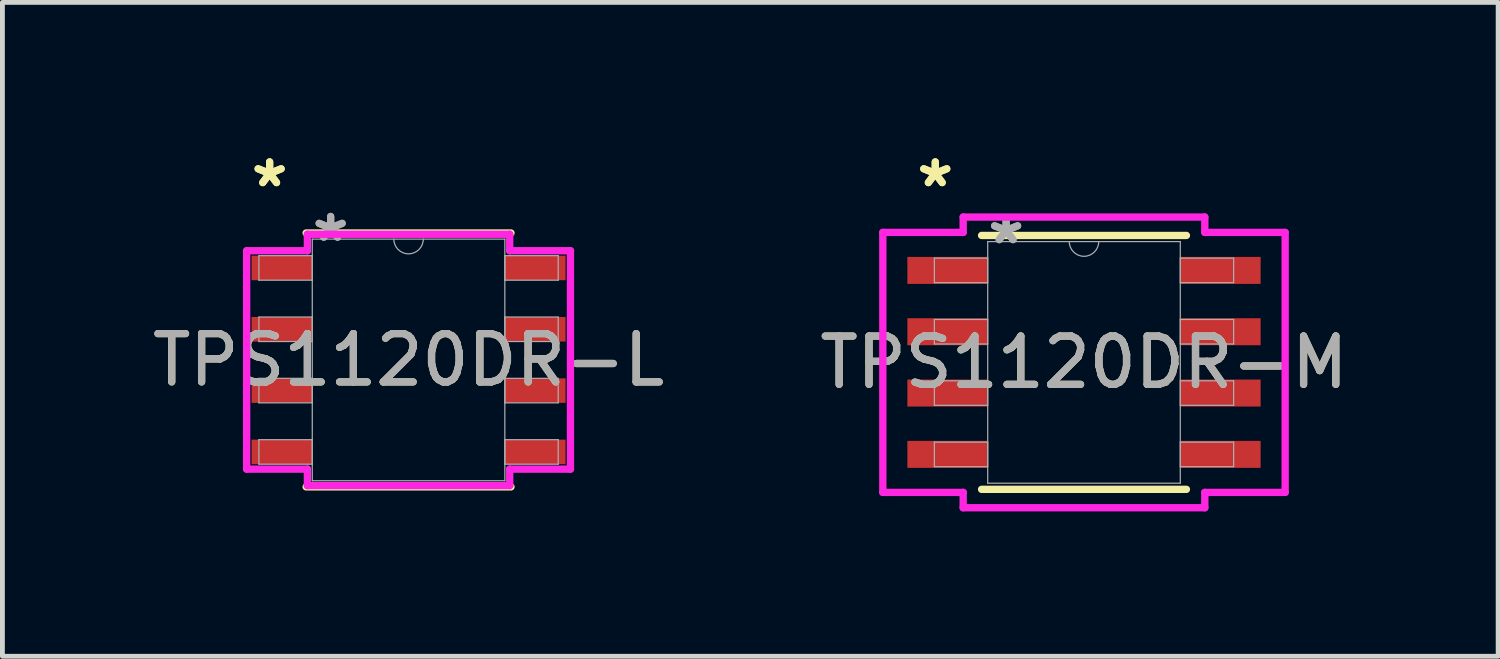
<source format=kicad_pcb>
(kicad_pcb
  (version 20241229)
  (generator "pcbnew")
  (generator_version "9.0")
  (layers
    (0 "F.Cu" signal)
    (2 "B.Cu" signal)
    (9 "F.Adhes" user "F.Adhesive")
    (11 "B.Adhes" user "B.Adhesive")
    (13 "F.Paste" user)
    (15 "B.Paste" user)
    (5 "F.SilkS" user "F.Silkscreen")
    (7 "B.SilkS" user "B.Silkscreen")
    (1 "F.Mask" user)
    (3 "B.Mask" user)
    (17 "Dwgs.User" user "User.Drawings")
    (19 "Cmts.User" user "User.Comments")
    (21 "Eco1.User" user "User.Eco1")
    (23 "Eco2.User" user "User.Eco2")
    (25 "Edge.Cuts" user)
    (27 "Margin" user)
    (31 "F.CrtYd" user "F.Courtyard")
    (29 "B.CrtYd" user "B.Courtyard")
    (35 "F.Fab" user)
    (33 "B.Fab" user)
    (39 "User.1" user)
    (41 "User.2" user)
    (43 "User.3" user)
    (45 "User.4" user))
  (footprint "TPS1120DR-L"
    (layer "F.Cu")
    (at 5.411 4.404)
    (property "Reference" "TPS1120DR-L" (at 0 0 0) (unlocked yes) (layer "F.SilkS") (effects (font (size 1 1) (thickness 0.15))))
    (attr smd)
    (fp_line (start -2.121 2.629) (end 2.121 2.629) (stroke (width 0.152) (type solid)) (layer "F.SilkS"))
    (fp_line (start 2.121 -2.629) (end -2.121 -2.629) (stroke (width 0.152) (type solid)) (layer "F.SilkS"))
    (fp_line (start -3.353 -2.261) (end -2.095 -2.261) (stroke (width 0.152) (type solid)) (layer "F.CrtYd"))
    (fp_line (start -3.353 2.261) (end -3.353 -2.261) (stroke (width 0.152) (type solid)) (layer "F.CrtYd"))
    (fp_line (start -3.353 2.261) (end -2.095 2.261) (stroke (width 0.152) (type solid)) (layer "F.CrtYd"))
    (fp_line (start -2.095 -2.603) (end 2.095 -2.603) (stroke (width 0.152) (type solid)) (layer "F.CrtYd"))
    (fp_line (start -2.095 -2.261) (end -2.095 -2.603) (stroke (width 0.152) (type solid)) (layer "F.CrtYd"))
    (fp_line (start -2.095 2.603) (end -2.095 2.261) (stroke (width 0.152) (type solid)) (layer "F.CrtYd"))
    (fp_line (start 2.095 -2.603) (end 2.095 -2.261) (stroke (width 0.152) (type solid)) (layer "F.CrtYd"))
    (fp_line (start 2.095 2.261) (end 2.095 2.603) (stroke (width 0.152) (type solid)) (layer "F.CrtYd"))
    (fp_line (start 2.095 2.603) (end -2.095 2.603) (stroke (width 0.152) (type solid)) (layer "F.CrtYd"))
    (fp_line (start 3.353 -2.261) (end 2.095 -2.261) (stroke (width 0.152) (type solid)) (layer "F.CrtYd"))
    (fp_line (start 3.353 -2.261) (end 3.353 2.261) (stroke (width 0.152) (type solid)) (layer "F.CrtYd"))
    (fp_line (start 3.353 2.261) (end 2.095 2.261) (stroke (width 0.152) (type solid)) (layer "F.CrtYd"))
    (fp_line (start -3.099 -2.159) (end -3.099 -1.651) (stroke (width 0.025) (type solid)) (layer "F.Fab"))
    (fp_line (start -3.099 -1.651) (end -1.994 -1.651) (stroke (width 0.025) (type solid)) (layer "F.Fab"))
    (fp_line (start -3.099 -0.889) (end -3.099 -0.381) (stroke (width 0.025) (type solid)) (layer "F.Fab"))
    (fp_line (start -3.099 -0.381) (end -1.994 -0.381) (stroke (width 0.025) (type solid)) (layer "F.Fab"))
    (fp_line (start -3.099 0.381) (end -3.099 0.889) (stroke (width 0.025) (type solid)) (layer "F.Fab"))
    (fp_line (start -3.099 0.889) (end -1.994 0.889) (stroke (width 0.025) (type solid)) (layer "F.Fab"))
    (fp_line (start -3.099 1.651) (end -3.099 2.159) (stroke (width 0.025) (type solid)) (layer "F.Fab"))
    (fp_line (start -3.099 2.159) (end -1.994 2.159) (stroke (width 0.025) (type solid)) (layer "F.Fab"))
    (fp_line (start -1.994 -2.502) (end -1.994 2.502) (stroke (width 0.025) (type solid)) (layer "F.Fab"))
    (fp_line (start -1.994 -2.159) (end -3.099 -2.159) (stroke (width 0.025) (type solid)) (layer "F.Fab"))
    (fp_line (start -1.994 -1.651) (end -1.994 -2.159) (stroke (width 0.025) (type solid)) (layer "F.Fab"))
    (fp_line (start -1.994 -0.889) (end -3.099 -0.889) (stroke (width 0.025) (type solid)) (layer "F.Fab"))
    (fp_line (start -1.994 -0.381) (end -1.994 -0.889) (stroke (width 0.025) (type solid)) (layer "F.Fab"))
    (fp_line (start -1.994 0.381) (end -3.099 0.381) (stroke (width 0.025) (type solid)) (layer "F.Fab"))
    (fp_line (start -1.994 0.889) (end -1.994 0.381) (stroke (width 0.025) (type solid)) (layer "F.Fab"))
    (fp_line (start -1.994 1.651) (end -3.099 1.651) (stroke (width 0.025) (type solid)) (layer "F.Fab"))
    (fp_line (start -1.994 2.159) (end -1.994 1.651) (stroke (width 0.025) (type solid)) (layer "F.Fab"))
    (fp_line (start -1.994 2.502) (end 1.994 2.502) (stroke (width 0.025) (type solid)) (layer "F.Fab"))
    (fp_line (start 1.994 -2.502) (end -1.994 -2.502) (stroke (width 0.025) (type solid)) (layer "F.Fab"))
    (fp_line (start 1.994 -2.159) (end 1.994 -1.651) (stroke (width 0.025) (type solid)) (layer "F.Fab"))
    (fp_line (start 1.994 -1.651) (end 3.099 -1.651) (stroke (width 0.025) (type solid)) (layer "F.Fab"))
    (fp_line (start 1.994 -0.889) (end 1.994 -0.381) (stroke (width 0.025) (type solid)) (layer "F.Fab"))
    (fp_line (start 1.994 -0.381) (end 3.099 -0.381) (stroke (width 0.025) (type solid)) (layer "F.Fab"))
    (fp_line (start 1.994 0.381) (end 1.994 0.889) (stroke (width 0.025) (type solid)) (layer "F.Fab"))
    (fp_line (start 1.994 0.889) (end 3.099 0.889) (stroke (width 0.025) (type solid)) (layer "F.Fab"))
    (fp_line (start 1.994 1.651) (end 1.994 2.159) (stroke (width 0.025) (type solid)) (layer "F.Fab"))
    (fp_line (start 1.994 2.159) (end 3.099 2.159) (stroke (width 0.025) (type solid)) (layer "F.Fab"))
    (fp_line (start 1.994 2.502) (end 1.994 -2.502) (stroke (width 0.025) (type solid)) (layer "F.Fab"))
    (fp_line (start 3.099 -2.159) (end 1.994 -2.159) (stroke (width 0.025) (type solid)) (layer "F.Fab"))
    (fp_line (start 3.099 -1.651) (end 3.099 -2.159) (stroke (width 0.025) (type solid)) (layer "F.Fab"))
    (fp_line (start 3.099 -0.889) (end 1.994 -0.889) (stroke (width 0.025) (type solid)) (layer "F.Fab"))
    (fp_line (start 3.099 -0.381) (end 3.099 -0.889) (stroke (width 0.025) (type solid)) (layer "F.Fab"))
    (fp_line (start 3.099 0.381) (end 1.994 0.381) (stroke (width 0.025) (type solid)) (layer "F.Fab"))
    (fp_line (start 3.099 0.889) (end 3.099 0.381) (stroke (width 0.025) (type solid)) (layer "F.Fab"))
    (fp_line (start 3.099 1.651) (end 1.994 1.651) (stroke (width 0.025) (type solid)) (layer "F.Fab"))
    (fp_line (start 3.099 2.159) (end 3.099 1.651) (stroke (width 0.025) (type solid)) (layer "F.Fab"))
    (fp_arc (start 0.3048 -2.5019) (mid 0 -2.1971) (end -0.3048 -2.5019) (stroke (width 0.0254) (type solid)) (layer "F.Fab"))
    (fp_text user "*" (at -2.877 -3.556 0) (layer "F.SilkS") (effects (font (size 1 1) (thickness 0.15))))
    (fp_text user "*" (at -2.877 -3.556 0) (unlocked yes) (layer "F.SilkS") (effects (font (size 1 1) (thickness 0.15))))
    (fp_text user "*" (at -1.613 -2.426 0) (unlocked yes) (layer "F.Fab") (effects (font (size 1 1) (thickness 0.15))))
    (fp_text user "*" (at -1.613 -2.426 0) (layer "F.Fab") (effects (font (size 1 1) (thickness 0.15))))
    (fp_text user "${REFERENCE}" (at 0 0 0) (unlocked yes) (layer "F.Fab") (effects (font (size 1 1) (thickness 0.15))))
    (pad "1" smd rect (at -2.623 -1.905) (size 1.257 0.508) (layers "F.Cu" "F.Mask" "F.Paste"))
    (pad "2" smd rect (at -2.623 -0.635) (size 1.257 0.508) (layers "F.Cu" "F.Mask" "F.Paste"))
    (pad "3" smd rect (at -2.623 0.635) (size 1.257 0.508) (layers "F.Cu" "F.Mask" "F.Paste"))
    (pad "4" smd rect (at -2.623 1.905) (size 1.257 0.508) (layers "F.Cu" "F.Mask" "F.Paste"))
    (pad "5" smd rect (at 2.623 1.905) (size 1.257 0.508) (layers "F.Cu" "F.Mask" "F.Paste"))
    (pad "6" smd rect (at 2.623 0.635) (size 1.257 0.508) (layers "F.Cu" "F.Mask" "F.Paste"))
    (pad "7" smd rect (at 2.623 -0.635) (size 1.257 0.508) (layers "F.Cu" "F.Mask" "F.Paste"))
    (pad "8" smd rect (at 2.623 -1.905) (size 1.257 0.508) (layers "F.Cu" "F.Mask" "F.Paste")))
  (footprint "TPS1120DR-M"
    (layer "F.Cu")
    (at 19.399 4.455)
    (property "Reference" "TPS1120DR-M" (at 0 0 0) (unlocked yes) (layer "F.SilkS") (effects (font (size 1 1) (thickness 0.15))))
    (attr smd)
    (fp_line (start -2.121 2.629) (end 2.121 2.629) (stroke (width 0.152) (type solid)) (layer "F.SilkS"))
    (fp_line (start 2.121 -2.629) (end -2.121 -2.629) (stroke (width 0.152) (type solid)) (layer "F.SilkS"))
    (fp_line (start -4.166 -2.692) (end -2.502 -2.692) (stroke (width 0.152) (type solid)) (layer "F.CrtYd"))
    (fp_line (start -4.166 2.692) (end -4.166 -2.692) (stroke (width 0.152) (type solid)) (layer "F.CrtYd"))
    (fp_line (start -4.166 2.692) (end -2.502 2.692) (stroke (width 0.152) (type solid)) (layer "F.CrtYd"))
    (fp_line (start -2.502 -3.01) (end 2.502 -3.01) (stroke (width 0.152) (type solid)) (layer "F.CrtYd"))
    (fp_line (start -2.502 -2.692) (end -2.502 -3.01) (stroke (width 0.152) (type solid)) (layer "F.CrtYd"))
    (fp_line (start -2.502 3.01) (end -2.502 2.692) (stroke (width 0.152) (type solid)) (layer "F.CrtYd"))
    (fp_line (start 2.502 -3.01) (end 2.502 -2.692) (stroke (width 0.152) (type solid)) (layer "F.CrtYd"))
    (fp_line (start 2.502 2.692) (end 2.502 3.01) (stroke (width 0.152) (type solid)) (layer "F.CrtYd"))
    (fp_line (start 2.502 3.01) (end -2.502 3.01) (stroke (width 0.152) (type solid)) (layer "F.CrtYd"))
    (fp_line (start 4.166 -2.692) (end 2.502 -2.692) (stroke (width 0.152) (type solid)) (layer "F.CrtYd"))
    (fp_line (start 4.166 -2.692) (end 4.166 2.692) (stroke (width 0.152) (type solid)) (layer "F.CrtYd"))
    (fp_line (start 4.166 2.692) (end 2.502 2.692) (stroke (width 0.152) (type solid)) (layer "F.CrtYd"))
    (fp_line (start -3.099 -2.159) (end -3.099 -1.651) (stroke (width 0.025) (type solid)) (layer "F.Fab"))
    (fp_line (start -3.099 -1.651) (end -1.994 -1.651) (stroke (width 0.025) (type solid)) (layer "F.Fab"))
    (fp_line (start -3.099 -0.889) (end -3.099 -0.381) (stroke (width 0.025) (type solid)) (layer "F.Fab"))
    (fp_line (start -3.099 -0.381) (end -1.994 -0.381) (stroke (width 0.025) (type solid)) (layer "F.Fab"))
    (fp_line (start -3.099 0.381) (end -3.099 0.889) (stroke (width 0.025) (type solid)) (layer "F.Fab"))
    (fp_line (start -3.099 0.889) (end -1.994 0.889) (stroke (width 0.025) (type solid)) (layer "F.Fab"))
    (fp_line (start -3.099 1.651) (end -3.099 2.159) (stroke (width 0.025) (type solid)) (layer "F.Fab"))
    (fp_line (start -3.099 2.159) (end -1.994 2.159) (stroke (width 0.025) (type solid)) (layer "F.Fab"))
    (fp_line (start -1.994 -2.502) (end -1.994 2.502) (stroke (width 0.025) (type solid)) (layer "F.Fab"))
    (fp_line (start -1.994 -2.159) (end -3.099 -2.159) (stroke (width 0.025) (type solid)) (layer "F.Fab"))
    (fp_line (start -1.994 -1.651) (end -1.994 -2.159) (stroke (width 0.025) (type solid)) (layer "F.Fab"))
    (fp_line (start -1.994 -0.889) (end -3.099 -0.889) (stroke (width 0.025) (type solid)) (layer "F.Fab"))
    (fp_line (start -1.994 -0.381) (end -1.994 -0.889) (stroke (width 0.025) (type solid)) (layer "F.Fab"))
    (fp_line (start -1.994 0.381) (end -3.099 0.381) (stroke (width 0.025) (type solid)) (layer "F.Fab"))
    (fp_line (start -1.994 0.889) (end -1.994 0.381) (stroke (width 0.025) (type solid)) (layer "F.Fab"))
    (fp_line (start -1.994 1.651) (end -3.099 1.651) (stroke (width 0.025) (type solid)) (layer "F.Fab"))
    (fp_line (start -1.994 2.159) (end -1.994 1.651) (stroke (width 0.025) (type solid)) (layer "F.Fab"))
    (fp_line (start -1.994 2.502) (end 1.994 2.502) (stroke (width 0.025) (type solid)) (layer "F.Fab"))
    (fp_line (start 1.994 -2.502) (end -1.994 -2.502) (stroke (width 0.025) (type solid)) (layer "F.Fab"))
    (fp_line (start 1.994 -2.159) (end 1.994 -1.651) (stroke (width 0.025) (type solid)) (layer "F.Fab"))
    (fp_line (start 1.994 -1.651) (end 3.099 -1.651) (stroke (width 0.025) (type solid)) (layer "F.Fab"))
    (fp_line (start 1.994 -0.889) (end 1.994 -0.381) (stroke (width 0.025) (type solid)) (layer "F.Fab"))
    (fp_line (start 1.994 -0.381) (end 3.099 -0.381) (stroke (width 0.025) (type solid)) (layer "F.Fab"))
    (fp_line (start 1.994 0.381) (end 1.994 0.889) (stroke (width 0.025) (type solid)) (layer "F.Fab"))
    (fp_line (start 1.994 0.889) (end 3.099 0.889) (stroke (width 0.025) (type solid)) (layer "F.Fab"))
    (fp_line (start 1.994 1.651) (end 1.994 2.159) (stroke (width 0.025) (type solid)) (layer "F.Fab"))
    (fp_line (start 1.994 2.159) (end 3.099 2.159) (stroke (width 0.025) (type solid)) (layer "F.Fab"))
    (fp_line (start 1.994 2.502) (end 1.994 -2.502) (stroke (width 0.025) (type solid)) (layer "F.Fab"))
    (fp_line (start 3.099 -2.159) (end 1.994 -2.159) (stroke (width 0.025) (type solid)) (layer "F.Fab"))
    (fp_line (start 3.099 -1.651) (end 3.099 -2.159) (stroke (width 0.025) (type solid)) (layer "F.Fab"))
    (fp_line (start 3.099 -0.889) (end 1.994 -0.889) (stroke (width 0.025) (type solid)) (layer "F.Fab"))
    (fp_line (start 3.099 -0.381) (end 3.099 -0.889) (stroke (width 0.025) (type solid)) (layer "F.Fab"))
    (fp_line (start 3.099 0.381) (end 1.994 0.381) (stroke (width 0.025) (type solid)) (layer "F.Fab"))
    (fp_line (start 3.099 0.889) (end 3.099 0.381) (stroke (width 0.025) (type solid)) (layer "F.Fab"))
    (fp_line (start 3.099 1.651) (end 1.994 1.651) (stroke (width 0.025) (type solid)) (layer "F.Fab"))
    (fp_line (start 3.099 2.159) (end 3.099 1.651) (stroke (width 0.025) (type solid)) (layer "F.Fab"))
    (fp_arc (start 0.3048 -2.5019) (mid 0 -2.1971) (end -0.3048 -2.5019) (stroke (width 0.0254) (type solid)) (layer "F.Fab"))
    (fp_text user "*" (at -3.08 -3.607 0) (unlocked yes) (layer "F.SilkS") (effects (font (size 1 1) (thickness 0.15))))
    (fp_text user "*" (at -3.08 -3.607 0) (layer "F.SilkS") (effects (font (size 1 1) (thickness 0.15))))
    (fp_text user "*" (at -1.613 -2.426 0) (layer "F.Fab") (effects (font (size 1 1) (thickness 0.15))))
    (fp_text user "*" (at -1.613 -2.426 0) (unlocked yes) (layer "F.Fab") (effects (font (size 1 1) (thickness 0.15))))
    (fp_text user "${REFERENCE}" (at 0 0 0) (unlocked yes) (layer "F.Fab") (effects (font (size 1 1) (thickness 0.15))))
    (pad "1" smd rect (at -2.826 -1.905) (size 1.664 0.559) (layers "F.Cu" "F.Mask" "F.Paste"))
    (pad "2" smd rect (at -2.826 -0.635) (size 1.664 0.559) (layers "F.Cu" "F.Mask" "F.Paste"))
    (pad "3" smd rect (at -2.826 0.635) (size 1.664 0.559) (layers "F.Cu" "F.Mask" "F.Paste"))
    (pad "4" smd rect (at -2.826 1.905) (size 1.664 0.559) (layers "F.Cu" "F.Mask" "F.Paste"))
    (pad "5" smd rect (at 2.826 1.905) (size 1.664 0.559) (layers "F.Cu" "F.Mask" "F.Paste"))
    (pad "6" smd rect (at 2.826 0.635) (size 1.664 0.559) (layers "F.Cu" "F.Mask" "F.Paste"))
    (pad "7" smd rect (at 2.826 -0.635) (size 1.664 0.559) (layers "F.Cu" "F.Mask" "F.Paste"))
    (pad "8" smd rect (at 2.826 -1.905) (size 1.664 0.559) (layers "F.Cu" "F.Mask" "F.Paste")))
  (gr_rect
    (start -3 -3)
    (end 27.976 10.541)
    (stroke (width 0.1) (type default))
    (fill no)
    (layer "Edge.Cuts")))
</source>
